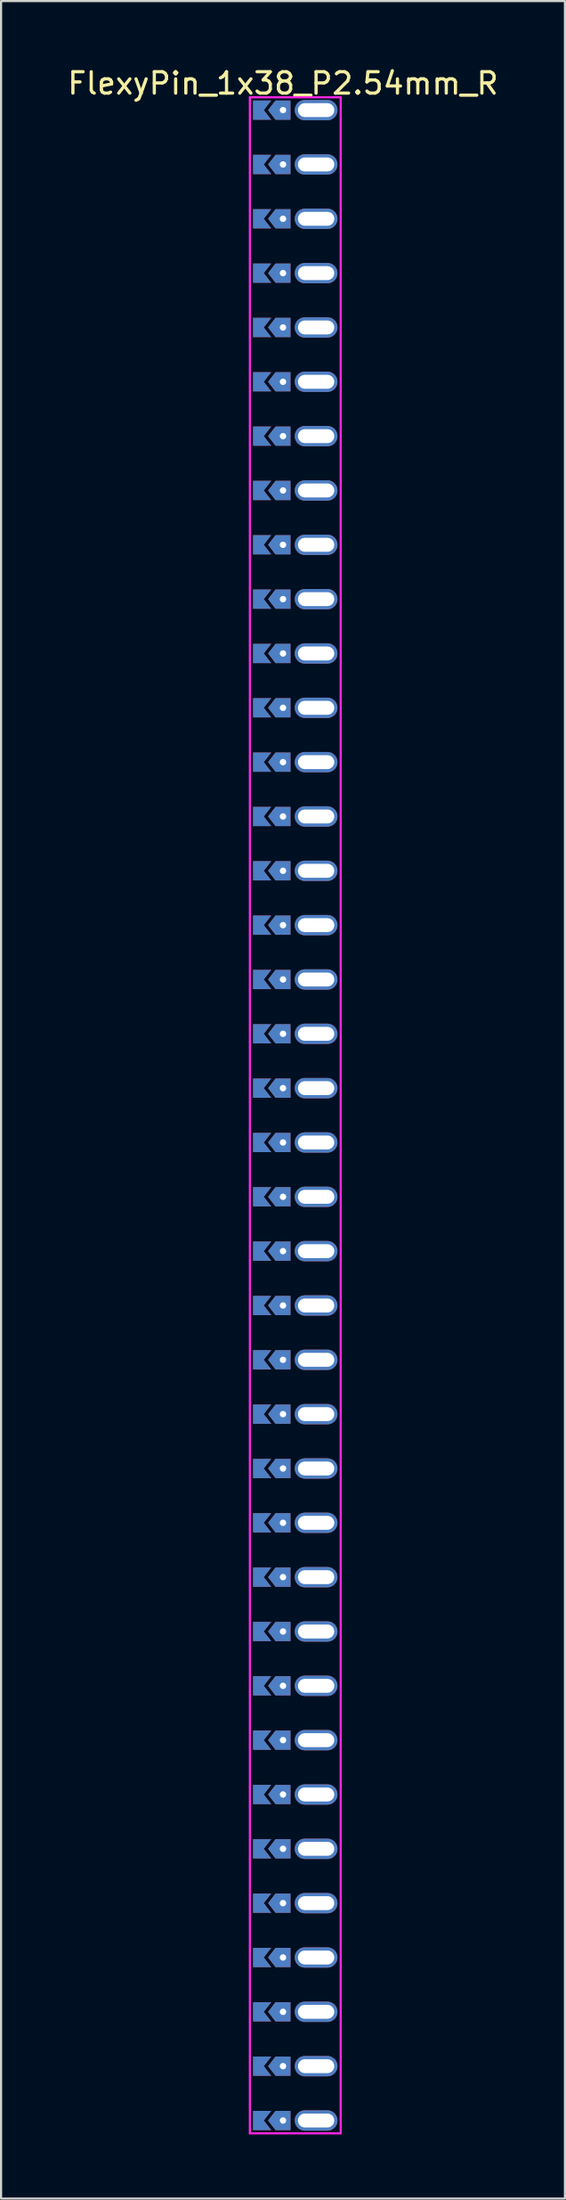
<source format=kicad_pcb>
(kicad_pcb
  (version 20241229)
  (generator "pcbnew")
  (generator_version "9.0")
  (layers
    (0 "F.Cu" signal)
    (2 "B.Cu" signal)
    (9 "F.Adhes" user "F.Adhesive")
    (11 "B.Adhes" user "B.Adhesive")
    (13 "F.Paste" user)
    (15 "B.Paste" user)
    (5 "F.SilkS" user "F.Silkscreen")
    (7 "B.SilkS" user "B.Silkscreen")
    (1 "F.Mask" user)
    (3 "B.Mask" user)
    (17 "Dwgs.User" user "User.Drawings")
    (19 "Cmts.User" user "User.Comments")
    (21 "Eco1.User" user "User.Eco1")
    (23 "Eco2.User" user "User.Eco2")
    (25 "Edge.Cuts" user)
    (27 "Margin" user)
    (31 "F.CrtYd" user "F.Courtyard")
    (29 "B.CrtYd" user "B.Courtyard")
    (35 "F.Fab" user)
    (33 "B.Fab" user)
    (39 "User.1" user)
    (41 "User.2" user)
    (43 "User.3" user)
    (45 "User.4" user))
  (footprint "FlexyPin_1x38_P2.54mm_R"
    (layer "F.Cu")
    (at 10.196 2.098)
    (property "Reference" "FlexyPin_1x38_P2.54mm_R" (at 0 -1.25 0) (layer "F.SilkS") (effects (font (size 1 1) (thickness 0.15))))
    (attr through_hole)
    (fp_line (start -1.55 -0.6) (end 2.7 -0.6) (stroke (width 0.1) (type solid)) (layer "F.CrtYd"))
    (fp_line (start -1.55 94.58) (end -1.55 -0.6) (stroke (width 0.1) (type solid)) (layer "F.CrtYd"))
    (fp_line (start 2.7 -0.6) (end 2.7 94.58) (stroke (width 0.1) (type solid)) (layer "F.CrtYd"))
    (fp_line (start 2.7 94.58) (end -1.55 94.58) (stroke (width 0.1) (type solid)) (layer "F.CrtYd"))
    (pad "" thru_hole custom (at 0 0) (size 0.3 0.3) (drill 0.6) (layers "*.Cu" "*.Mask") (options (anchor rect)) (primitives (gr_poly (pts (xy 0.35 0.45) (xy 0.35 -0.45) (xy -0.35 -0.45) (xy -0.7 0) (xy -0.35 0.45)) (width 0) (fill yes))))
    (pad "" thru_hole custom (at 0 2.54) (size 0.3 0.3) (drill 0.6) (layers "*.Cu" "*.Mask") (options (anchor rect)) (primitives (gr_poly (pts (xy 0.35 0.45) (xy 0.35 -0.45) (xy -0.35 -0.45) (xy -0.7 0) (xy -0.35 0.45)) (width 0) (fill yes))))
    (pad "" thru_hole custom (at 0 5.08) (size 0.3 0.3) (drill 0.6) (layers "*.Cu" "*.Mask") (options (anchor rect)) (primitives (gr_poly (pts (xy 0.35 0.45) (xy 0.35 -0.45) (xy -0.35 -0.45) (xy -0.7 0) (xy -0.35 0.45)) (width 0) (fill yes))))
    (pad "" thru_hole custom (at 0 7.62) (size 0.3 0.3) (drill 0.6) (layers "*.Cu" "*.Mask") (options (anchor rect)) (primitives (gr_poly (pts (xy 0.35 0.45) (xy 0.35 -0.45) (xy -0.35 -0.45) (xy -0.7 0) (xy -0.35 0.45)) (width 0) (fill yes))))
    (pad "" thru_hole custom (at 0 10.16) (size 0.3 0.3) (drill 0.6) (layers "*.Cu" "*.Mask") (options (anchor rect)) (primitives (gr_poly (pts (xy 0.35 0.45) (xy 0.35 -0.45) (xy -0.35 -0.45) (xy -0.7 0) (xy -0.35 0.45)) (width 0) (fill yes))))
    (pad "" thru_hole custom (at 0 12.7) (size 0.3 0.3) (drill 0.6) (layers "*.Cu" "*.Mask") (options (anchor rect)) (primitives (gr_poly (pts (xy 0.35 0.45) (xy 0.35 -0.45) (xy -0.35 -0.45) (xy -0.7 0) (xy -0.35 0.45)) (width 0) (fill yes))))
    (pad "" thru_hole custom (at 0 15.24) (size 0.3 0.3) (drill 0.6) (layers "*.Cu" "*.Mask") (options (anchor rect)) (primitives (gr_poly (pts (xy 0.35 0.45) (xy 0.35 -0.45) (xy -0.35 -0.45) (xy -0.7 0) (xy -0.35 0.45)) (width 0) (fill yes))))
    (pad "" thru_hole custom (at 0 17.78) (size 0.3 0.3) (drill 0.6) (layers "*.Cu" "*.Mask") (options (anchor rect)) (primitives (gr_poly (pts (xy 0.35 0.45) (xy 0.35 -0.45) (xy -0.35 -0.45) (xy -0.7 0) (xy -0.35 0.45)) (width 0) (fill yes))))
    (pad "" thru_hole custom (at 0 20.32) (size 0.3 0.3) (drill 0.6) (layers "*.Cu" "*.Mask") (options (anchor rect)) (primitives (gr_poly (pts (xy 0.35 0.45) (xy 0.35 -0.45) (xy -0.35 -0.45) (xy -0.7 0) (xy -0.35 0.45)) (width 0) (fill yes))))
    (pad "" thru_hole custom (at 0 22.86) (size 0.3 0.3) (drill 0.6) (layers "*.Cu" "*.Mask") (options (anchor rect)) (primitives (gr_poly (pts (xy 0.35 0.45) (xy 0.35 -0.45) (xy -0.35 -0.45) (xy -0.7 0) (xy -0.35 0.45)) (width 0) (fill yes))))
    (pad "" thru_hole custom (at 0 25.4) (size 0.3 0.3) (drill 0.6) (layers "*.Cu" "*.Mask") (options (anchor rect)) (primitives (gr_poly (pts (xy 0.35 0.45) (xy 0.35 -0.45) (xy -0.35 -0.45) (xy -0.7 0) (xy -0.35 0.45)) (width 0) (fill yes))))
    (pad "" thru_hole custom (at 0 27.94) (size 0.3 0.3) (drill 0.6) (layers "*.Cu" "*.Mask") (options (anchor rect)) (primitives (gr_poly (pts (xy 0.35 0.45) (xy 0.35 -0.45) (xy -0.35 -0.45) (xy -0.7 0) (xy -0.35 0.45)) (width 0) (fill yes))))
    (pad "" thru_hole custom (at 0 30.48) (size 0.3 0.3) (drill 0.6) (layers "*.Cu" "*.Mask") (options (anchor rect)) (primitives (gr_poly (pts (xy 0.35 0.45) (xy 0.35 -0.45) (xy -0.35 -0.45) (xy -0.7 0) (xy -0.35 0.45)) (width 0) (fill yes))))
    (pad "" thru_hole custom (at 0 33.02) (size 0.3 0.3) (drill 0.6) (layers "*.Cu" "*.Mask") (options (anchor rect)) (primitives (gr_poly (pts (xy 0.35 0.45) (xy 0.35 -0.45) (xy -0.35 -0.45) (xy -0.7 0) (xy -0.35 0.45)) (width 0) (fill yes))))
    (pad "" thru_hole custom (at 0 35.56) (size 0.3 0.3) (drill 0.6) (layers "*.Cu" "*.Mask") (options (anchor rect)) (primitives (gr_poly (pts (xy 0.35 0.45) (xy 0.35 -0.45) (xy -0.35 -0.45) (xy -0.7 0) (xy -0.35 0.45)) (width 0) (fill yes))))
    (pad "" thru_hole custom (at 0 38.1) (size 0.3 0.3) (drill 0.6) (layers "*.Cu" "*.Mask") (options (anchor rect)) (primitives (gr_poly (pts (xy 0.35 0.45) (xy 0.35 -0.45) (xy -0.35 -0.45) (xy -0.7 0) (xy -0.35 0.45)) (width 0) (fill yes))))
    (pad "" thru_hole custom (at 0 40.64) (size 0.3 0.3) (drill 0.6) (layers "*.Cu" "*.Mask") (options (anchor rect)) (primitives (gr_poly (pts (xy 0.35 0.45) (xy 0.35 -0.45) (xy -0.35 -0.45) (xy -0.7 0) (xy -0.35 0.45)) (width 0) (fill yes))))
    (pad "" thru_hole custom (at 0 43.18) (size 0.3 0.3) (drill 0.6) (layers "*.Cu" "*.Mask") (options (anchor rect)) (primitives (gr_poly (pts (xy 0.35 0.45) (xy 0.35 -0.45) (xy -0.35 -0.45) (xy -0.7 0) (xy -0.35 0.45)) (width 0) (fill yes))))
    (pad "" thru_hole custom (at 0 45.72) (size 0.3 0.3) (drill 0.6) (layers "*.Cu" "*.Mask") (options (anchor rect)) (primitives (gr_poly (pts (xy 0.35 0.45) (xy 0.35 -0.45) (xy -0.35 -0.45) (xy -0.7 0) (xy -0.35 0.45)) (width 0) (fill yes))))
    (pad "" thru_hole custom (at 0 48.26) (size 0.3 0.3) (drill 0.6) (layers "*.Cu" "*.Mask") (options (anchor rect)) (primitives (gr_poly (pts (xy 0.35 0.45) (xy 0.35 -0.45) (xy -0.35 -0.45) (xy -0.7 0) (xy -0.35 0.45)) (width 0) (fill yes))))
    (pad "" thru_hole custom (at 0 50.8) (size 0.3 0.3) (drill 0.6) (layers "*.Cu" "*.Mask") (options (anchor rect)) (primitives (gr_poly (pts (xy 0.35 0.45) (xy 0.35 -0.45) (xy -0.35 -0.45) (xy -0.7 0) (xy -0.35 0.45)) (width 0) (fill yes))))
    (pad "" thru_hole custom (at 0 53.34) (size 0.3 0.3) (drill 0.6) (layers "*.Cu" "*.Mask") (options (anchor rect)) (primitives (gr_poly (pts (xy 0.35 0.45) (xy 0.35 -0.45) (xy -0.35 -0.45) (xy -0.7 0) (xy -0.35 0.45)) (width 0) (fill yes))))
    (pad "" thru_hole custom (at 0 55.88) (size 0.3 0.3) (drill 0.6) (layers "*.Cu" "*.Mask") (options (anchor rect)) (primitives (gr_poly (pts (xy 0.35 0.45) (xy 0.35 -0.45) (xy -0.35 -0.45) (xy -0.7 0) (xy -0.35 0.45)) (width 0) (fill yes))))
    (pad "" thru_hole custom (at 0 58.42) (size 0.3 0.3) (drill 0.6) (layers "*.Cu" "*.Mask") (options (anchor rect)) (primitives (gr_poly (pts (xy 0.35 0.45) (xy 0.35 -0.45) (xy -0.35 -0.45) (xy -0.7 0) (xy -0.35 0.45)) (width 0) (fill yes))))
    (pad "" thru_hole custom (at 0 60.96) (size 0.3 0.3) (drill 0.6) (layers "*.Cu" "*.Mask") (options (anchor rect)) (primitives (gr_poly (pts (xy 0.35 0.45) (xy 0.35 -0.45) (xy -0.35 -0.45) (xy -0.7 0) (xy -0.35 0.45)) (width 0) (fill yes))))
    (pad "" thru_hole custom (at 0 63.5) (size 0.3 0.3) (drill 0.6) (layers "*.Cu" "*.Mask") (options (anchor rect)) (primitives (gr_poly (pts (xy 0.35 0.45) (xy 0.35 -0.45) (xy -0.35 -0.45) (xy -0.7 0) (xy -0.35 0.45)) (width 0) (fill yes))))
    (pad "" thru_hole custom (at 0 66.04) (size 0.3 0.3) (drill 0.6) (layers "*.Cu" "*.Mask") (options (anchor rect)) (primitives (gr_poly (pts (xy 0.35 0.45) (xy 0.35 -0.45) (xy -0.35 -0.45) (xy -0.7 0) (xy -0.35 0.45)) (width 0) (fill yes))))
    (pad "" thru_hole custom (at 0 68.58) (size 0.3 0.3) (drill 0.6) (layers "*.Cu" "*.Mask") (options (anchor rect)) (primitives (gr_poly (pts (xy 0.35 0.45) (xy 0.35 -0.45) (xy -0.35 -0.45) (xy -0.7 0) (xy -0.35 0.45)) (width 0) (fill yes))))
    (pad "" thru_hole custom (at 0 71.12) (size 0.3 0.3) (drill 0.6) (layers "*.Cu" "*.Mask") (options (anchor rect)) (primitives (gr_poly (pts (xy 0.35 0.45) (xy 0.35 -0.45) (xy -0.35 -0.45) (xy -0.7 0) (xy -0.35 0.45)) (width 0) (fill yes))))
    (pad "" thru_hole custom (at 0 73.66) (size 0.3 0.3) (drill 0.6) (layers "*.Cu" "*.Mask") (options (anchor rect)) (primitives (gr_poly (pts (xy 0.35 0.45) (xy 0.35 -0.45) (xy -0.35 -0.45) (xy -0.7 0) (xy -0.35 0.45)) (width 0) (fill yes))))
    (pad "" thru_hole custom (at 0 76.2) (size 0.3 0.3) (drill 0.6) (layers "*.Cu" "*.Mask") (options (anchor rect)) (primitives (gr_poly (pts (xy 0.35 0.45) (xy 0.35 -0.45) (xy -0.35 -0.45) (xy -0.7 0) (xy -0.35 0.45)) (width 0) (fill yes))))
    (pad "" thru_hole custom (at 0 78.74) (size 0.3 0.3) (drill 0.6) (layers "*.Cu" "*.Mask") (options (anchor rect)) (primitives (gr_poly (pts (xy 0.35 0.45) (xy 0.35 -0.45) (xy -0.35 -0.45) (xy -0.7 0) (xy -0.35 0.45)) (width 0) (fill yes))))
    (pad "" thru_hole custom (at 0 81.28) (size 0.3 0.3) (drill 0.6) (layers "*.Cu" "*.Mask") (options (anchor rect)) (primitives (gr_poly (pts (xy 0.35 0.45) (xy 0.35 -0.45) (xy -0.35 -0.45) (xy -0.7 0) (xy -0.35 0.45)) (width 0) (fill yes))))
    (pad "" thru_hole custom (at 0 83.82) (size 0.3 0.3) (drill 0.6) (layers "*.Cu" "*.Mask") (options (anchor rect)) (primitives (gr_poly (pts (xy 0.35 0.45) (xy 0.35 -0.45) (xy -0.35 -0.45) (xy -0.7 0) (xy -0.35 0.45)) (width 0) (fill yes))))
    (pad "" thru_hole custom (at 0 86.36) (size 0.3 0.3) (drill 0.6) (layers "*.Cu" "*.Mask") (options (anchor rect)) (primitives (gr_poly (pts (xy 0.35 0.45) (xy 0.35 -0.45) (xy -0.35 -0.45) (xy -0.7 0) (xy -0.35 0.45)) (width 0) (fill yes))))
    (pad "" thru_hole custom (at 0 88.9) (size 0.3 0.3) (drill 0.6) (layers "*.Cu" "*.Mask") (options (anchor rect)) (primitives (gr_poly (pts (xy 0.35 0.45) (xy 0.35 -0.45) (xy -0.35 -0.45) (xy -0.7 0) (xy -0.35 0.45)) (width 0) (fill yes))))
    (pad "" thru_hole custom (at 0 91.44) (size 0.3 0.3) (drill 0.6) (layers "*.Cu" "*.Mask") (options (anchor rect)) (primitives (gr_poly (pts (xy 0.35 0.45) (xy 0.35 -0.45) (xy -0.35 -0.45) (xy -0.7 0) (xy -0.35 0.45)) (width 0) (fill yes))))
    (pad "" thru_hole custom (at 0 93.98) (size 0.3 0.3) (drill 0.6) (layers "*.Cu" "*.Mask") (options (anchor rect)) (primitives (gr_poly (pts (xy 0.35 0.45) (xy 0.35 -0.45) (xy -0.35 -0.45) (xy -0.7 0) (xy -0.35 0.45)) (width 0) (fill yes))))
    (pad "" thru_hole oval (at 1.55 0) (size 2 0.95) (drill oval 1.7 0.65) (layers "*.Cu" "*.Mask"))
    (pad "" thru_hole oval (at 1.55 2.54) (size 2 0.95) (drill oval 1.7 0.65) (layers "*.Cu" "*.Mask"))
    (pad "" thru_hole oval (at 1.55 5.08) (size 2 0.95) (drill oval 1.7 0.65) (layers "*.Cu" "*.Mask"))
    (pad "" thru_hole oval (at 1.55 7.62) (size 2 0.95) (drill oval 1.7 0.65) (layers "*.Cu" "*.Mask"))
    (pad "" thru_hole oval (at 1.55 10.16) (size 2 0.95) (drill oval 1.7 0.65) (layers "*.Cu" "*.Mask"))
    (pad "" thru_hole oval (at 1.55 12.7) (size 2 0.95) (drill oval 1.7 0.65) (layers "*.Cu" "*.Mask"))
    (pad "" thru_hole oval (at 1.55 15.24) (size 2 0.95) (drill oval 1.7 0.65) (layers "*.Cu" "*.Mask"))
    (pad "" thru_hole oval (at 1.55 17.78) (size 2 0.95) (drill oval 1.7 0.65) (layers "*.Cu" "*.Mask"))
    (pad "" thru_hole oval (at 1.55 20.32) (size 2 0.95) (drill oval 1.7 0.65) (layers "*.Cu" "*.Mask"))
    (pad "" thru_hole oval (at 1.55 22.86) (size 2 0.95) (drill oval 1.7 0.65) (layers "*.Cu" "*.Mask"))
    (pad "" thru_hole oval (at 1.55 25.4) (size 2 0.95) (drill oval 1.7 0.65) (layers "*.Cu" "*.Mask"))
    (pad "" thru_hole oval (at 1.55 27.94) (size 2 0.95) (drill oval 1.7 0.65) (layers "*.Cu" "*.Mask"))
    (pad "" thru_hole oval (at 1.55 30.48) (size 2 0.95) (drill oval 1.7 0.65) (layers "*.Cu" "*.Mask"))
    (pad "" thru_hole oval (at 1.55 33.02) (size 2 0.95) (drill oval 1.7 0.65) (layers "*.Cu" "*.Mask"))
    (pad "" thru_hole oval (at 1.55 35.56) (size 2 0.95) (drill oval 1.7 0.65) (layers "*.Cu" "*.Mask"))
    (pad "" thru_hole oval (at 1.55 38.1) (size 2 0.95) (drill oval 1.7 0.65) (layers "*.Cu" "*.Mask"))
    (pad "" thru_hole oval (at 1.55 40.64) (size 2 0.95) (drill oval 1.7 0.65) (layers "*.Cu" "*.Mask"))
    (pad "" thru_hole oval (at 1.55 43.18) (size 2 0.95) (drill oval 1.7 0.65) (layers "*.Cu" "*.Mask"))
    (pad "" thru_hole oval (at 1.55 45.72) (size 2 0.95) (drill oval 1.7 0.65) (layers "*.Cu" "*.Mask"))
    (pad "" thru_hole oval (at 1.55 48.26) (size 2 0.95) (drill oval 1.7 0.65) (layers "*.Cu" "*.Mask"))
    (pad "" thru_hole oval (at 1.55 50.8) (size 2 0.95) (drill oval 1.7 0.65) (layers "*.Cu" "*.Mask"))
    (pad "" thru_hole oval (at 1.55 53.34) (size 2 0.95) (drill oval 1.7 0.65) (layers "*.Cu" "*.Mask"))
    (pad "" thru_hole oval (at 1.55 55.88) (size 2 0.95) (drill oval 1.7 0.65) (layers "*.Cu" "*.Mask"))
    (pad "" thru_hole oval (at 1.55 58.42) (size 2 0.95) (drill oval 1.7 0.65) (layers "*.Cu" "*.Mask"))
    (pad "" thru_hole oval (at 1.55 60.96) (size 2 0.95) (drill oval 1.7 0.65) (layers "*.Cu" "*.Mask"))
    (pad "" thru_hole oval (at 1.55 63.5) (size 2 0.95) (drill oval 1.7 0.65) (layers "*.Cu" "*.Mask"))
    (pad "" thru_hole oval (at 1.55 66.04) (size 2 0.95) (drill oval 1.7 0.65) (layers "*.Cu" "*.Mask"))
    (pad "" thru_hole oval (at 1.55 68.58) (size 2 0.95) (drill oval 1.7 0.65) (layers "*.Cu" "*.Mask"))
    (pad "" thru_hole oval (at 1.55 71.12) (size 2 0.95) (drill oval 1.7 0.65) (layers "*.Cu" "*.Mask"))
    (pad "" thru_hole oval (at 1.55 73.66) (size 2 0.95) (drill oval 1.7 0.65) (layers "*.Cu" "*.Mask"))
    (pad "" thru_hole oval (at 1.55 76.2) (size 2 0.95) (drill oval 1.7 0.65) (layers "*.Cu" "*.Mask"))
    (pad "" thru_hole oval (at 1.55 78.74) (size 2 0.95) (drill oval 1.7 0.65) (layers "*.Cu" "*.Mask"))
    (pad "" thru_hole oval (at 1.55 81.28) (size 2 0.95) (drill oval 1.7 0.65) (layers "*.Cu" "*.Mask"))
    (pad "" thru_hole oval (at 1.55 83.82) (size 2 0.95) (drill oval 1.7 0.65) (layers "*.Cu" "*.Mask"))
    (pad "" thru_hole oval (at 1.55 86.36) (size 2 0.95) (drill oval 1.7 0.65) (layers "*.Cu" "*.Mask"))
    (pad "" thru_hole oval (at 1.55 88.9) (size 2 0.95) (drill oval 1.7 0.65) (layers "*.Cu" "*.Mask"))
    (pad "" thru_hole oval (at 1.55 91.44) (size 2 0.95) (drill oval 1.7 0.65) (layers "*.Cu" "*.Mask"))
    (pad "" thru_hole oval (at 1.55 93.98) (size 2 0.95) (drill oval 1.7 0.65) (layers "*.Cu" "*.Mask"))
    (pad "1" smd custom (at -0.9 0) (size 0.01 0.01) (layers "F.Cu" "F.Mask") (options (anchor rect)) (primitives (gr_poly (pts (xy 0 0) (xy 0.35 0.45) (xy -0.5 0.45) (xy -0.5 -0.45) (xy 0.35 -0.45)) (width 0) (fill yes))))
    (pad "2" smd custom (at -0.9 2.54) (size 0.01 0.01) (layers "F.Cu" "F.Mask") (options (anchor rect)) (primitives (gr_poly (pts (xy 0 0) (xy 0.35 0.45) (xy -0.5 0.45) (xy -0.5 -0.45) (xy 0.35 -0.45)) (width 0) (fill yes))))
    (pad "3" smd custom (at -0.9 5.08) (size 0.01 0.01) (layers "F.Cu" "F.Mask") (options (anchor rect)) (primitives (gr_poly (pts (xy 0 0) (xy 0.35 0.45) (xy -0.5 0.45) (xy -0.5 -0.45) (xy 0.35 -0.45)) (width 0) (fill yes))))
    (pad "4" smd custom (at -0.9 7.62) (size 0.01 0.01) (layers "F.Cu" "F.Mask") (options (anchor rect)) (primitives (gr_poly (pts (xy 0 0) (xy 0.35 0.45) (xy -0.5 0.45) (xy -0.5 -0.45) (xy 0.35 -0.45)) (width 0) (fill yes))))
    (pad "5" smd custom (at -0.9 10.16) (size 0.01 0.01) (layers "F.Cu" "F.Mask") (options (anchor rect)) (primitives (gr_poly (pts (xy 0 0) (xy 0.35 0.45) (xy -0.5 0.45) (xy -0.5 -0.45) (xy 0.35 -0.45)) (width 0) (fill yes))))
    (pad "6" smd custom (at -0.9 12.7) (size 0.01 0.01) (layers "F.Cu" "F.Mask") (options (anchor rect)) (primitives (gr_poly (pts (xy 0 0) (xy 0.35 0.45) (xy -0.5 0.45) (xy -0.5 -0.45) (xy 0.35 -0.45)) (width 0) (fill yes))))
    (pad "7" smd custom (at -0.9 15.24) (size 0.01 0.01) (layers "F.Cu" "F.Mask") (options (anchor rect)) (primitives (gr_poly (pts (xy 0 0) (xy 0.35 0.45) (xy -0.5 0.45) (xy -0.5 -0.45) (xy 0.35 -0.45)) (width 0) (fill yes))))
    (pad "8" smd custom (at -0.9 17.78) (size 0.01 0.01) (layers "F.Cu" "F.Mask") (options (anchor rect)) (primitives (gr_poly (pts (xy 0 0) (xy 0.35 0.45) (xy -0.5 0.45) (xy -0.5 -0.45) (xy 0.35 -0.45)) (width 0) (fill yes))))
    (pad "9" smd custom (at -0.9 20.32) (size 0.01 0.01) (layers "F.Cu" "F.Mask") (options (anchor rect)) (primitives (gr_poly (pts (xy 0 0) (xy 0.35 0.45) (xy -0.5 0.45) (xy -0.5 -0.45) (xy 0.35 -0.45)) (width 0) (fill yes))))
    (pad "10" smd custom (at -0.9 22.86) (size 0.01 0.01) (layers "F.Cu" "F.Mask") (options (anchor rect)) (primitives (gr_poly (pts (xy 0 0) (xy 0.35 0.45) (xy -0.5 0.45) (xy -0.5 -0.45) (xy 0.35 -0.45)) (width 0) (fill yes))))
    (pad "11" smd custom (at -0.9 25.4) (size 0.01 0.01) (layers "F.Cu" "F.Mask") (options (anchor rect)) (primitives (gr_poly (pts (xy 0 0) (xy 0.35 0.45) (xy -0.5 0.45) (xy -0.5 -0.45) (xy 0.35 -0.45)) (width 0) (fill yes))))
    (pad "12" smd custom (at -0.9 27.94) (size 0.01 0.01) (layers "F.Cu" "F.Mask") (options (anchor rect)) (primitives (gr_poly (pts (xy 0 0) (xy 0.35 0.45) (xy -0.5 0.45) (xy -0.5 -0.45) (xy 0.35 -0.45)) (width 0) (fill yes))))
    (pad "13" smd custom (at -0.9 30.48) (size 0.01 0.01) (layers "F.Cu" "F.Mask") (options (anchor rect)) (primitives (gr_poly (pts (xy 0 0) (xy 0.35 0.45) (xy -0.5 0.45) (xy -0.5 -0.45) (xy 0.35 -0.45)) (width 0) (fill yes))))
    (pad "14" smd custom (at -0.9 33.02) (size 0.01 0.01) (layers "F.Cu" "F.Mask") (options (anchor rect)) (primitives (gr_poly (pts (xy 0 0) (xy 0.35 0.45) (xy -0.5 0.45) (xy -0.5 -0.45) (xy 0.35 -0.45)) (width 0) (fill yes))))
    (pad "15" smd custom (at -0.9 35.56) (size 0.01 0.01) (layers "F.Cu" "F.Mask") (options (anchor rect)) (primitives (gr_poly (pts (xy 0 0) (xy 0.35 0.45) (xy -0.5 0.45) (xy -0.5 -0.45) (xy 0.35 -0.45)) (width 0) (fill yes))))
    (pad "16" smd custom (at -0.9 38.1) (size 0.01 0.01) (layers "F.Cu" "F.Mask") (options (anchor rect)) (primitives (gr_poly (pts (xy 0 0) (xy 0.35 0.45) (xy -0.5 0.45) (xy -0.5 -0.45) (xy 0.35 -0.45)) (width 0) (fill yes))))
    (pad "17" smd custom (at -0.9 40.64) (size 0.01 0.01) (layers "F.Cu" "F.Mask") (options (anchor rect)) (primitives (gr_poly (pts (xy 0 0) (xy 0.35 0.45) (xy -0.5 0.45) (xy -0.5 -0.45) (xy 0.35 -0.45)) (width 0) (fill yes))))
    (pad "18" smd custom (at -0.9 43.18) (size 0.01 0.01) (layers "F.Cu" "F.Mask") (options (anchor rect)) (primitives (gr_poly (pts (xy 0 0) (xy 0.35 0.45) (xy -0.5 0.45) (xy -0.5 -0.45) (xy 0.35 -0.45)) (width 0) (fill yes))))
    (pad "19" smd custom (at -0.9 45.72) (size 0.01 0.01) (layers "F.Cu" "F.Mask") (options (anchor rect)) (primitives (gr_poly (pts (xy 0 0) (xy 0.35 0.45) (xy -0.5 0.45) (xy -0.5 -0.45) (xy 0.35 -0.45)) (width 0) (fill yes))))
    (pad "20" smd custom (at -0.9 48.26) (size 0.01 0.01) (layers "F.Cu" "F.Mask") (options (anchor rect)) (primitives (gr_poly (pts (xy 0 0) (xy 0.35 0.45) (xy -0.5 0.45) (xy -0.5 -0.45) (xy 0.35 -0.45)) (width 0) (fill yes))))
    (pad "21" smd custom (at -0.9 50.8) (size 0.01 0.01) (layers "F.Cu" "F.Mask") (options (anchor rect)) (primitives (gr_poly (pts (xy 0 0) (xy 0.35 0.45) (xy -0.5 0.45) (xy -0.5 -0.45) (xy 0.35 -0.45)) (width 0) (fill yes))))
    (pad "22" smd custom (at -0.9 53.34) (size 0.01 0.01) (layers "F.Cu" "F.Mask") (options (anchor rect)) (primitives (gr_poly (pts (xy 0 0) (xy 0.35 0.45) (xy -0.5 0.45) (xy -0.5 -0.45) (xy 0.35 -0.45)) (width 0) (fill yes))))
    (pad "23" smd custom (at -0.9 55.88) (size 0.01 0.01) (layers "F.Cu" "F.Mask") (options (anchor rect)) (primitives (gr_poly (pts (xy 0 0) (xy 0.35 0.45) (xy -0.5 0.45) (xy -0.5 -0.45) (xy 0.35 -0.45)) (width 0) (fill yes))))
    (pad "24" smd custom (at -0.9 58.42) (size 0.01 0.01) (layers "F.Cu" "F.Mask") (options (anchor rect)) (primitives (gr_poly (pts (xy 0 0) (xy 0.35 0.45) (xy -0.5 0.45) (xy -0.5 -0.45) (xy 0.35 -0.45)) (width 0) (fill yes))))
    (pad "25" smd custom (at -0.9 60.96) (size 0.01 0.01) (layers "F.Cu" "F.Mask") (options (anchor rect)) (primitives (gr_poly (pts (xy 0 0) (xy 0.35 0.45) (xy -0.5 0.45) (xy -0.5 -0.45) (xy 0.35 -0.45)) (width 0) (fill yes))))
    (pad "26" smd custom (at -0.9 63.5) (size 0.01 0.01) (layers "F.Cu" "F.Mask") (options (anchor rect)) (primitives (gr_poly (pts (xy 0 0) (xy 0.35 0.45) (xy -0.5 0.45) (xy -0.5 -0.45) (xy 0.35 -0.45)) (width 0) (fill yes))))
    (pad "27" smd custom (at -0.9 66.04) (size 0.01 0.01) (layers "F.Cu" "F.Mask") (options (anchor rect)) (primitives (gr_poly (pts (xy 0 0) (xy 0.35 0.45) (xy -0.5 0.45) (xy -0.5 -0.45) (xy 0.35 -0.45)) (width 0) (fill yes))))
    (pad "28" smd custom (at -0.9 68.58) (size 0.01 0.01) (layers "F.Cu" "F.Mask") (options (anchor rect)) (primitives (gr_poly (pts (xy 0 0) (xy 0.35 0.45) (xy -0.5 0.45) (xy -0.5 -0.45) (xy 0.35 -0.45)) (width 0) (fill yes))))
    (pad "29" smd custom (at -0.9 71.12) (size 0.01 0.01) (layers "F.Cu" "F.Mask") (options (anchor rect)) (primitives (gr_poly (pts (xy 0 0) (xy 0.35 0.45) (xy -0.5 0.45) (xy -0.5 -0.45) (xy 0.35 -0.45)) (width 0) (fill yes))))
    (pad "30" smd custom (at -0.9 73.66) (size 0.01 0.01) (layers "F.Cu" "F.Mask") (options (anchor rect)) (primitives (gr_poly (pts (xy 0 0) (xy 0.35 0.45) (xy -0.5 0.45) (xy -0.5 -0.45) (xy 0.35 -0.45)) (width 0) (fill yes))))
    (pad "31" smd custom (at -0.9 76.2) (size 0.01 0.01) (layers "F.Cu" "F.Mask") (options (anchor rect)) (primitives (gr_poly (pts (xy 0 0) (xy 0.35 0.45) (xy -0.5 0.45) (xy -0.5 -0.45) (xy 0.35 -0.45)) (width 0) (fill yes))))
    (pad "32" smd custom (at -0.9 78.74) (size 0.01 0.01) (layers "F.Cu" "F.Mask") (options (anchor rect)) (primitives (gr_poly (pts (xy 0 0) (xy 0.35 0.45) (xy -0.5 0.45) (xy -0.5 -0.45) (xy 0.35 -0.45)) (width 0) (fill yes))))
    (pad "33" smd custom (at -0.9 81.28) (size 0.01 0.01) (layers "F.Cu" "F.Mask") (options (anchor rect)) (primitives (gr_poly (pts (xy 0 0) (xy 0.35 0.45) (xy -0.5 0.45) (xy -0.5 -0.45) (xy 0.35 -0.45)) (width 0) (fill yes))))
    (pad "34" smd custom (at -0.9 83.82) (size 0.01 0.01) (layers "F.Cu" "F.Mask") (options (anchor rect)) (primitives (gr_poly (pts (xy 0 0) (xy 0.35 0.45) (xy -0.5 0.45) (xy -0.5 -0.45) (xy 0.35 -0.45)) (width 0) (fill yes))))
    (pad "35" smd custom (at -0.9 86.36) (size 0.01 0.01) (layers "F.Cu" "F.Mask") (options (anchor rect)) (primitives (gr_poly (pts (xy 0 0) (xy 0.35 0.45) (xy -0.5 0.45) (xy -0.5 -0.45) (xy 0.35 -0.45)) (width 0) (fill yes))))
    (pad "36" smd custom (at -0.9 88.9) (size 0.01 0.01) (layers "F.Cu" "F.Mask") (options (anchor rect)) (primitives (gr_poly (pts (xy 0 0) (xy 0.35 0.45) (xy -0.5 0.45) (xy -0.5 -0.45) (xy 0.35 -0.45)) (width 0) (fill yes))))
    (pad "37" smd custom (at -0.9 91.44) (size 0.01 0.01) (layers "F.Cu" "F.Mask") (options (anchor rect)) (primitives (gr_poly (pts (xy 0 0) (xy 0.35 0.45) (xy -0.5 0.45) (xy -0.5 -0.45) (xy 0.35 -0.45)) (width 0) (fill yes))))
    (pad "38" smd custom (at -0.9 93.98) (size 0.01 0.01) (layers "F.Cu" "F.Mask") (options (anchor rect)) (primitives (gr_poly (pts (xy 0 0) (xy 0.35 0.45) (xy -0.5 0.45) (xy -0.5 -0.45) (xy 0.35 -0.45)) (width 0) (fill yes))))
    (pad "39" smd custom (at -0.9 0) (size 0.01 0.01) (layers "B.Cu" "B.Mask") (options (anchor rect)) (primitives (gr_poly (pts (xy 0 0) (xy 0.35 0.45) (xy -0.5 0.45) (xy -0.5 -0.45) (xy 0.35 -0.45)) (width 0) (fill yes))))
    (pad "40" smd custom (at -0.9 2.54) (size 0.01 0.01) (layers "B.Cu" "B.Mask") (options (anchor rect)) (primitives (gr_poly (pts (xy 0 0) (xy 0.35 0.45) (xy -0.5 0.45) (xy -0.5 -0.45) (xy 0.35 -0.45)) (width 0) (fill yes))))
    (pad "41" smd custom (at -0.9 5.08) (size 0.01 0.01) (layers "B.Cu" "B.Mask") (options (anchor rect)) (primitives (gr_poly (pts (xy 0 0) (xy 0.35 0.45) (xy -0.5 0.45) (xy -0.5 -0.45) (xy 0.35 -0.45)) (width 0) (fill yes))))
    (pad "42" smd custom (at -0.9 7.62) (size 0.01 0.01) (layers "B.Cu" "B.Mask") (options (anchor rect)) (primitives (gr_poly (pts (xy 0 0) (xy 0.35 0.45) (xy -0.5 0.45) (xy -0.5 -0.45) (xy 0.35 -0.45)) (width 0) (fill yes))))
    (pad "43" smd custom (at -0.9 10.16) (size 0.01 0.01) (layers "B.Cu" "B.Mask") (options (anchor rect)) (primitives (gr_poly (pts (xy 0 0) (xy 0.35 0.45) (xy -0.5 0.45) (xy -0.5 -0.45) (xy 0.35 -0.45)) (width 0) (fill yes))))
    (pad "44" smd custom (at -0.9 12.7) (size 0.01 0.01) (layers "B.Cu" "B.Mask") (options (anchor rect)) (primitives (gr_poly (pts (xy 0 0) (xy 0.35 0.45) (xy -0.5 0.45) (xy -0.5 -0.45) (xy 0.35 -0.45)) (width 0) (fill yes))))
    (pad "45" smd custom (at -0.9 15.24) (size 0.01 0.01) (layers "B.Cu" "B.Mask") (options (anchor rect)) (primitives (gr_poly (pts (xy 0 0) (xy 0.35 0.45) (xy -0.5 0.45) (xy -0.5 -0.45) (xy 0.35 -0.45)) (width 0) (fill yes))))
    (pad "46" smd custom (at -0.9 17.78) (size 0.01 0.01) (layers "B.Cu" "B.Mask") (options (anchor rect)) (primitives (gr_poly (pts (xy 0 0) (xy 0.35 0.45) (xy -0.5 0.45) (xy -0.5 -0.45) (xy 0.35 -0.45)) (width 0) (fill yes))))
    (pad "47" smd custom (at -0.9 20.32) (size 0.01 0.01) (layers "B.Cu" "B.Mask") (options (anchor rect)) (primitives (gr_poly (pts (xy 0 0) (xy 0.35 0.45) (xy -0.5 0.45) (xy -0.5 -0.45) (xy 0.35 -0.45)) (width 0) (fill yes))))
    (pad "48" smd custom (at -0.9 22.86) (size 0.01 0.01) (layers "B.Cu" "B.Mask") (options (anchor rect)) (primitives (gr_poly (pts (xy 0 0) (xy 0.35 0.45) (xy -0.5 0.45) (xy -0.5 -0.45) (xy 0.35 -0.45)) (width 0) (fill yes))))
    (pad "49" smd custom (at -0.9 25.4) (size 0.01 0.01) (layers "B.Cu" "B.Mask") (options (anchor rect)) (primitives (gr_poly (pts (xy 0 0) (xy 0.35 0.45) (xy -0.5 0.45) (xy -0.5 -0.45) (xy 0.35 -0.45)) (width 0) (fill yes))))
    (pad "50" smd custom (at -0.9 27.94) (size 0.01 0.01) (layers "B.Cu" "B.Mask") (options (anchor rect)) (primitives (gr_poly (pts (xy 0 0) (xy 0.35 0.45) (xy -0.5 0.45) (xy -0.5 -0.45) (xy 0.35 -0.45)) (width 0) (fill yes))))
    (pad "51" smd custom (at -0.9 30.48) (size 0.01 0.01) (layers "B.Cu" "B.Mask") (options (anchor rect)) (primitives (gr_poly (pts (xy 0 0) (xy 0.35 0.45) (xy -0.5 0.45) (xy -0.5 -0.45) (xy 0.35 -0.45)) (width 0) (fill yes))))
    (pad "52" smd custom (at -0.9 33.02) (size 0.01 0.01) (layers "B.Cu" "B.Mask") (options (anchor rect)) (primitives (gr_poly (pts (xy 0 0) (xy 0.35 0.45) (xy -0.5 0.45) (xy -0.5 -0.45) (xy 0.35 -0.45)) (width 0) (fill yes))))
    (pad "53" smd custom (at -0.9 35.56) (size 0.01 0.01) (layers "B.Cu" "B.Mask") (options (anchor rect)) (primitives (gr_poly (pts (xy 0 0) (xy 0.35 0.45) (xy -0.5 0.45) (xy -0.5 -0.45) (xy 0.35 -0.45)) (width 0) (fill yes))))
    (pad "54" smd custom (at -0.9 38.1) (size 0.01 0.01) (layers "B.Cu" "B.Mask") (options (anchor rect)) (primitives (gr_poly (pts (xy 0 0) (xy 0.35 0.45) (xy -0.5 0.45) (xy -0.5 -0.45) (xy 0.35 -0.45)) (width 0) (fill yes))))
    (pad "55" smd custom (at -0.9 40.64) (size 0.01 0.01) (layers "B.Cu" "B.Mask") (options (anchor rect)) (primitives (gr_poly (pts (xy 0 0) (xy 0.35 0.45) (xy -0.5 0.45) (xy -0.5 -0.45) (xy 0.35 -0.45)) (width 0) (fill yes))))
    (pad "56" smd custom (at -0.9 43.18) (size 0.01 0.01) (layers "B.Cu" "B.Mask") (options (anchor rect)) (primitives (gr_poly (pts (xy 0 0) (xy 0.35 0.45) (xy -0.5 0.45) (xy -0.5 -0.45) (xy 0.35 -0.45)) (width 0) (fill yes))))
    (pad "57" smd custom (at -0.9 45.72) (size 0.01 0.01) (layers "B.Cu" "B.Mask") (options (anchor rect)) (primitives (gr_poly (pts (xy 0 0) (xy 0.35 0.45) (xy -0.5 0.45) (xy -0.5 -0.45) (xy 0.35 -0.45)) (width 0) (fill yes))))
    (pad "58" smd custom (at -0.9 48.26) (size 0.01 0.01) (layers "B.Cu" "B.Mask") (options (anchor rect)) (primitives (gr_poly (pts (xy 0 0) (xy 0.35 0.45) (xy -0.5 0.45) (xy -0.5 -0.45) (xy 0.35 -0.45)) (width 0) (fill yes))))
    (pad "59" smd custom (at -0.9 50.8) (size 0.01 0.01) (layers "B.Cu" "B.Mask") (options (anchor rect)) (primitives (gr_poly (pts (xy 0 0) (xy 0.35 0.45) (xy -0.5 0.45) (xy -0.5 -0.45) (xy 0.35 -0.45)) (width 0) (fill yes))))
    (pad "60" smd custom (at -0.9 53.34) (size 0.01 0.01) (layers "B.Cu" "B.Mask") (options (anchor rect)) (primitives (gr_poly (pts (xy 0 0) (xy 0.35 0.45) (xy -0.5 0.45) (xy -0.5 -0.45) (xy 0.35 -0.45)) (width 0) (fill yes))))
    (pad "61" smd custom (at -0.9 55.88) (size 0.01 0.01) (layers "B.Cu" "B.Mask") (options (anchor rect)) (primitives (gr_poly (pts (xy 0 0) (xy 0.35 0.45) (xy -0.5 0.45) (xy -0.5 -0.45) (xy 0.35 -0.45)) (width 0) (fill yes))))
    (pad "62" smd custom (at -0.9 58.42) (size 0.01 0.01) (layers "B.Cu" "B.Mask") (options (anchor rect)) (primitives (gr_poly (pts (xy 0 0) (xy 0.35 0.45) (xy -0.5 0.45) (xy -0.5 -0.45) (xy 0.35 -0.45)) (width 0) (fill yes))))
    (pad "63" smd custom (at -0.9 60.96) (size 0.01 0.01) (layers "B.Cu" "B.Mask") (options (anchor rect)) (primitives (gr_poly (pts (xy 0 0) (xy 0.35 0.45) (xy -0.5 0.45) (xy -0.5 -0.45) (xy 0.35 -0.45)) (width 0) (fill yes))))
    (pad "64" smd custom (at -0.9 63.5) (size 0.01 0.01) (layers "B.Cu" "B.Mask") (options (anchor rect)) (primitives (gr_poly (pts (xy 0 0) (xy 0.35 0.45) (xy -0.5 0.45) (xy -0.5 -0.45) (xy 0.35 -0.45)) (width 0) (fill yes))))
    (pad "65" smd custom (at -0.9 66.04) (size 0.01 0.01) (layers "B.Cu" "B.Mask") (options (anchor rect)) (primitives (gr_poly (pts (xy 0 0) (xy 0.35 0.45) (xy -0.5 0.45) (xy -0.5 -0.45) (xy 0.35 -0.45)) (width 0) (fill yes))))
    (pad "66" smd custom (at -0.9 68.58) (size 0.01 0.01) (layers "B.Cu" "B.Mask") (options (anchor rect)) (primitives (gr_poly (pts (xy 0 0) (xy 0.35 0.45) (xy -0.5 0.45) (xy -0.5 -0.45) (xy 0.35 -0.45)) (width 0) (fill yes))))
    (pad "67" smd custom (at -0.9 71.12) (size 0.01 0.01) (layers "B.Cu" "B.Mask") (options (anchor rect)) (primitives (gr_poly (pts (xy 0 0) (xy 0.35 0.45) (xy -0.5 0.45) (xy -0.5 -0.45) (xy 0.35 -0.45)) (width 0) (fill yes))))
    (pad "68" smd custom (at -0.9 73.66) (size 0.01 0.01) (layers "B.Cu" "B.Mask") (options (anchor rect)) (primitives (gr_poly (pts (xy 0 0) (xy 0.35 0.45) (xy -0.5 0.45) (xy -0.5 -0.45) (xy 0.35 -0.45)) (width 0) (fill yes))))
    (pad "69" smd custom (at -0.9 76.2) (size 0.01 0.01) (layers "B.Cu" "B.Mask") (options (anchor rect)) (primitives (gr_poly (pts (xy 0 0) (xy 0.35 0.45) (xy -0.5 0.45) (xy -0.5 -0.45) (xy 0.35 -0.45)) (width 0) (fill yes))))
    (pad "70" smd custom (at -0.9 78.74) (size 0.01 0.01) (layers "B.Cu" "B.Mask") (options (anchor rect)) (primitives (gr_poly (pts (xy 0 0) (xy 0.35 0.45) (xy -0.5 0.45) (xy -0.5 -0.45) (xy 0.35 -0.45)) (width 0) (fill yes))))
    (pad "71" smd custom (at -0.9 81.28) (size 0.01 0.01) (layers "B.Cu" "B.Mask") (options (anchor rect)) (primitives (gr_poly (pts (xy 0 0) (xy 0.35 0.45) (xy -0.5 0.45) (xy -0.5 -0.45) (xy 0.35 -0.45)) (width 0) (fill yes))))
    (pad "72" smd custom (at -0.9 83.82) (size 0.01 0.01) (layers "B.Cu" "B.Mask") (options (anchor rect)) (primitives (gr_poly (pts (xy 0 0) (xy 0.35 0.45) (xy -0.5 0.45) (xy -0.5 -0.45) (xy 0.35 -0.45)) (width 0) (fill yes))))
    (pad "73" smd custom (at -0.9 86.36) (size 0.01 0.01) (layers "B.Cu" "B.Mask") (options (anchor rect)) (primitives (gr_poly (pts (xy 0 0) (xy 0.35 0.45) (xy -0.5 0.45) (xy -0.5 -0.45) (xy 0.35 -0.45)) (width 0) (fill yes))))
    (pad "74" smd custom (at -0.9 88.9) (size 0.01 0.01) (layers "B.Cu" "B.Mask") (options (anchor rect)) (primitives (gr_poly (pts (xy 0 0) (xy 0.35 0.45) (xy -0.5 0.45) (xy -0.5 -0.45) (xy 0.35 -0.45)) (width 0) (fill yes))))
    (pad "75" smd custom (at -0.9 91.44) (size 0.01 0.01) (layers "B.Cu" "B.Mask") (options (anchor rect)) (primitives (gr_poly (pts (xy 0 0) (xy 0.35 0.45) (xy -0.5 0.45) (xy -0.5 -0.45) (xy 0.35 -0.45)) (width 0) (fill yes))))
    (pad "76" smd custom (at -0.9 93.98) (size 0.01 0.01) (layers "B.Cu" "B.Mask") (options (anchor rect)) (primitives (gr_poly (pts (xy 0 0) (xy 0.35 0.45) (xy -0.5 0.45) (xy -0.5 -0.45) (xy 0.35 -0.45)) (width 0) (fill yes)))))
  (gr_rect
    (start -3 -3)
    (end 23.393 99.728)
    (stroke (width 0.1) (type default))
    (fill no)
    (layer "Edge.Cuts")))
</source>
